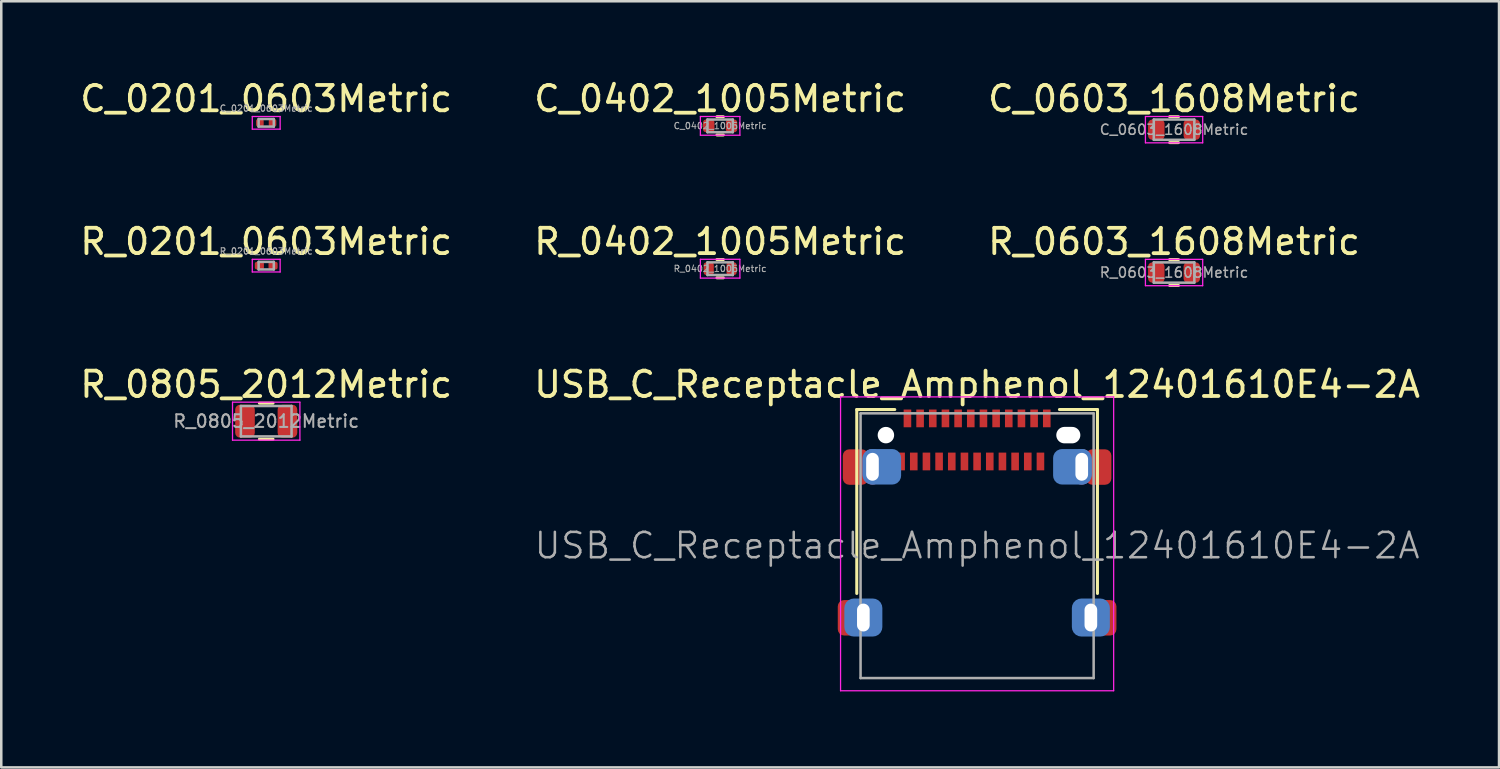
<source format=kicad_pcb>
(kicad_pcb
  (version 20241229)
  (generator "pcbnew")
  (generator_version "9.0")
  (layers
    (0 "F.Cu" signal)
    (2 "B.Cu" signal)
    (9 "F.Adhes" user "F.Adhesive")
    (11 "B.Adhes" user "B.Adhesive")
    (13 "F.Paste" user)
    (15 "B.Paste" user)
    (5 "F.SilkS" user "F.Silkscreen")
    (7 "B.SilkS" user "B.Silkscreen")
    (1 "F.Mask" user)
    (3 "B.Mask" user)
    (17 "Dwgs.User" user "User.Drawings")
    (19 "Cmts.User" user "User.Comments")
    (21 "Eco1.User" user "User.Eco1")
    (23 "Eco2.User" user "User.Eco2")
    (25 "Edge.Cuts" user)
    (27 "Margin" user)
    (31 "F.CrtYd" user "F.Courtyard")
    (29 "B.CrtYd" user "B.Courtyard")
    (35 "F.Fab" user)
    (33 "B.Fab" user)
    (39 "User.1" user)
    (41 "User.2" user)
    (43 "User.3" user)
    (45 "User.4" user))
  (footprint "C_0603_1608Metric"
    (layer "F.Cu")
    (at 43.292 2.068)
    (property "Reference" "C_0603_1608Metric" (at 0 -1.22 0) (layer "F.SilkS") (effects (font (size 1 1) (thickness 0.15))))
    (attr smd)
    (fp_line (start -0.173 -0.51) (end 0.173 -0.51) (stroke (width 0.12) (type solid)) (layer "F.SilkS"))
    (fp_line (start -0.173 0.51) (end 0.173 0.51) (stroke (width 0.12) (type solid)) (layer "F.SilkS"))
    (fp_line (start -1.13 -0.52) (end 1.13 -0.52) (stroke (width 0.05) (type solid)) (layer "F.CrtYd"))
    (fp_line (start -1.13 0.52) (end -1.13 -0.52) (stroke (width 0.05) (type solid)) (layer "F.CrtYd"))
    (fp_line (start 1.13 -0.52) (end 1.13 0.52) (stroke (width 0.05) (type solid)) (layer "F.CrtYd"))
    (fp_line (start 1.13 0.52) (end -1.13 0.52) (stroke (width 0.05) (type solid)) (layer "F.CrtYd"))
    (fp_line (start -0.8 -0.4) (end 0.8 -0.4) (stroke (width 0.1) (type solid)) (layer "F.Fab"))
    (fp_line (start -0.8 0.4) (end -0.8 -0.4) (stroke (width 0.1) (type solid)) (layer "F.Fab"))
    (fp_line (start 0.8 -0.4) (end 0.8 0.4) (stroke (width 0.1) (type solid)) (layer "F.Fab"))
    (fp_line (start 0.8 0.4) (end -0.8 0.4) (stroke (width 0.1) (type solid)) (layer "F.Fab"))
    (fp_text user "${REFERENCE}" (at 0 0 0) (layer "F.Fab") (effects (font (size 0.4 0.4) (thickness 0.06))))
    (pad "1" smd roundrect (at -0.7 0) (size 0.65 0.8) (layers "F.Cu" "F.Mask" "F.Paste") (roundrect_rratio 0.25))
    (pad "2" smd roundrect (at 0.7 0) (size 0.65 0.8) (layers "F.Cu" "F.Mask" "F.Paste") (roundrect_rratio 0.25)))
  (footprint "R_0805_2012Metric"
    (layer "F.Cu")
    (at 7.458 13.575)
    (property "Reference" "R_0805_2012Metric" (at 0 -1.45 0) (layer "F.SilkS") (effects (font (size 1 1) (thickness 0.15))))
    (attr smd)
    (fp_line (start -0.268 -0.71) (end 0.268 -0.71) (stroke (width 0.12) (type solid)) (layer "F.SilkS"))
    (fp_line (start -0.268 0.71) (end 0.268 0.71) (stroke (width 0.12) (type solid)) (layer "F.SilkS"))
    (fp_line (start -1.33 -0.75) (end 1.33 -0.75) (stroke (width 0.05) (type solid)) (layer "F.CrtYd"))
    (fp_line (start -1.33 0.75) (end -1.33 -0.75) (stroke (width 0.05) (type solid)) (layer "F.CrtYd"))
    (fp_line (start 1.33 -0.75) (end 1.33 0.75) (stroke (width 0.05) (type solid)) (layer "F.CrtYd"))
    (fp_line (start 1.33 0.75) (end -1.33 0.75) (stroke (width 0.05) (type solid)) (layer "F.CrtYd"))
    (fp_line (start -1 -0.6) (end 1 -0.6) (stroke (width 0.1) (type solid)) (layer "F.Fab"))
    (fp_line (start -1 0.6) (end -1 -0.6) (stroke (width 0.1) (type solid)) (layer "F.Fab"))
    (fp_line (start 1 -0.6) (end 1 0.6) (stroke (width 0.1) (type solid)) (layer "F.Fab"))
    (fp_line (start 1 0.6) (end -1 0.6) (stroke (width 0.1) (type solid)) (layer "F.Fab"))
    (fp_text user "${REFERENCE}" (at 0 0 0) (layer "F.Fab") (effects (font (size 0.5 0.5) (thickness 0.08))))
    (pad "1" smd roundrect (at -0.838 0) (size 0.775 1.3) (layers "F.Cu" "F.Mask" "F.Paste") (roundrect_rratio 0.25))
    (pad "2" smd roundrect (at 0.838 0) (size 0.775 1.3) (layers "F.Cu" "F.Mask" "F.Paste") (roundrect_rratio 0.25)))
  (footprint "R_0603_1608Metric"
    (layer "F.Cu")
    (at 43.292 7.707)
    (property "Reference" "R_0603_1608Metric" (at 0 -1.22 0) (layer "F.SilkS") (effects (font (size 1 1) (thickness 0.15))))
    (attr smd)
    (fp_line (start -0.173 -0.51) (end 0.173 -0.51) (stroke (width 0.12) (type solid)) (layer "F.SilkS"))
    (fp_line (start -0.173 0.51) (end 0.173 0.51) (stroke (width 0.12) (type solid)) (layer "F.SilkS"))
    (fp_line (start -1.13 -0.52) (end 1.13 -0.52) (stroke (width 0.05) (type solid)) (layer "F.CrtYd"))
    (fp_line (start -1.13 0.52) (end -1.13 -0.52) (stroke (width 0.05) (type solid)) (layer "F.CrtYd"))
    (fp_line (start 1.13 -0.52) (end 1.13 0.52) (stroke (width 0.05) (type solid)) (layer "F.CrtYd"))
    (fp_line (start 1.13 0.52) (end -1.13 0.52) (stroke (width 0.05) (type solid)) (layer "F.CrtYd"))
    (fp_line (start -0.8 -0.4) (end 0.8 -0.4) (stroke (width 0.1) (type solid)) (layer "F.Fab"))
    (fp_line (start -0.8 0.4) (end -0.8 -0.4) (stroke (width 0.1) (type solid)) (layer "F.Fab"))
    (fp_line (start 0.8 -0.4) (end 0.8 0.4) (stroke (width 0.1) (type solid)) (layer "F.Fab"))
    (fp_line (start 0.8 0.4) (end -0.8 0.4) (stroke (width 0.1) (type solid)) (layer "F.Fab"))
    (fp_text user "${REFERENCE}" (at 0 0 0) (layer "F.Fab") (effects (font (size 0.4 0.4) (thickness 0.06))))
    (pad "1" smd roundrect (at -0.7 0) (size 0.65 0.8) (layers "F.Cu" "F.Mask" "F.Paste") (roundrect_rratio 0.25))
    (pad "2" smd roundrect (at 0.7 0) (size 0.65 0.8) (layers "F.Cu" "F.Mask" "F.Paste") (roundrect_rratio 0.25)))
  (footprint "C_0201_0603Metric"
    (layer "F.Cu")
    (at 7.458 1.798)
    (property "Reference" "C_0201_0603Metric" (at 0 -0.95 0) (layer "F.SilkS") (effects (font (size 1 1) (thickness 0.15))))
    (attr smd)
    (fp_line (start -0.55 -0.25) (end 0.55 -0.25) (stroke (width 0.05) (type solid)) (layer "F.CrtYd"))
    (fp_line (start -0.55 0.25) (end -0.55 -0.25) (stroke (width 0.05) (type solid)) (layer "F.CrtYd"))
    (fp_line (start 0.55 -0.25) (end 0.55 0.25) (stroke (width 0.05) (type solid)) (layer "F.CrtYd"))
    (fp_line (start 0.55 0.25) (end -0.55 0.25) (stroke (width 0.05) (type solid)) (layer "F.CrtYd"))
    (fp_line (start -0.3 -0.15) (end 0.3 -0.15) (stroke (width 0.1) (type solid)) (layer "F.Fab"))
    (fp_line (start -0.3 0.15) (end -0.3 -0.15) (stroke (width 0.1) (type solid)) (layer "F.Fab"))
    (fp_line (start 0.3 -0.15) (end 0.3 0.15) (stroke (width 0.1) (type solid)) (layer "F.Fab"))
    (fp_line (start 0.3 0.15) (end -0.3 0.15) (stroke (width 0.1) (type solid)) (layer "F.Fab"))
    (fp_text user "${REFERENCE}" (at 0 -0.57 0) (layer "F.Fab") (effects (font (size 0.25 0.25) (thickness 0.04))))
    (pad "1" smd roundrect (at -0.25 0) (size 0.3 0.3) (layers "F.Cu" "F.Mask" "F.Paste") (roundrect_rratio 0.25))
    (pad "2" smd roundrect (at 0.25 0) (size 0.3 0.3) (layers "F.Cu" "F.Mask" "F.Paste") (roundrect_rratio 0.25)))
  (footprint "USB_C_Receptacle_Amphenol_12401610E4-2A"
    (layer "F.Cu")
    (at 35.518 18.485)
    (property "Reference" "USB_C_Receptacle_Amphenol_12401610E4-2A" (at 0 -6.36 0) (layer "F.SilkS") (effects (font (size 1 1) (thickness 0.15))))
    (attr smd)
    (fp_line (start -4.75 -5.37) (end -4.75 1.89) (stroke (width 0.12) (type solid)) (layer "F.SilkS"))
    (fp_line (start -4.75 -5.37) (end -3.25 -5.37) (stroke (width 0.12) (type solid)) (layer "F.SilkS"))
    (fp_line (start 3.25 -5.37) (end 4.75 -5.37) (stroke (width 0.12) (type solid)) (layer "F.SilkS"))
    (fp_line (start 4.75 -5.37) (end 4.75 1.89) (stroke (width 0.12) (type solid)) (layer "F.SilkS"))
    (fp_line (start -5.39 -5.87) (end 5.39 -5.87) (stroke (width 0.05) (type solid)) (layer "F.CrtYd"))
    (fp_line (start -5.39 5.73) (end -5.39 -5.87) (stroke (width 0.05) (type solid)) (layer "F.CrtYd"))
    (fp_line (start 5.39 -5.87) (end 5.39 5.73) (stroke (width 0.05) (type solid)) (layer "F.CrtYd"))
    (fp_line (start 5.39 5.73) (end -5.39 5.73) (stroke (width 0.05) (type solid)) (layer "F.CrtYd"))
    (fp_line (start -4.6 -5.22) (end 4.6 -5.22) (stroke (width 0.1) (type solid)) (layer "F.Fab"))
    (fp_line (start -4.6 5.23) (end -4.6 -5.22) (stroke (width 0.1) (type solid)) (layer "F.Fab"))
    (fp_line (start -4.6 5.23) (end 4.6 5.23) (stroke (width 0.1) (type solid)) (layer "F.Fab"))
    (fp_line (start 4.6 5.23) (end 4.6 -5.22) (stroke (width 0.1) (type solid)) (layer "F.Fab"))
    (fp_text user "${REFERENCE}" (at 0 0 0) (layer "F.Fab") (effects (font (size 1 1) (thickness 0.1))))
    (pad "" np_thru_hole circle (at -3.6 -4.36) (size 0.65 0.65) (drill 0.65) (layers "*.Cu" "*.Mask"))
    (pad "" np_thru_hole oval (at 3.6 -4.36) (size 0.95 0.65) (drill oval 0.95 0.65) (layers "*.Cu" "*.Mask"))
    (pad "A1" smd rect (at -2.75 -5.02) (size 0.3 0.7) (layers "F.Cu" "F.Mask" "F.Paste"))
    (pad "A2" smd rect (at -2.25 -5.02) (size 0.3 0.7) (layers "F.Cu" "F.Mask" "F.Paste"))
    (pad "A3" smd rect (at -1.75 -5.02) (size 0.3 0.7) (layers "F.Cu" "F.Mask" "F.Paste"))
    (pad "A4" smd rect (at -1.25 -5.02) (size 0.3 0.7) (layers "F.Cu" "F.Mask" "F.Paste"))
    (pad "A5" smd rect (at -0.75 -5.02) (size 0.3 0.7) (layers "F.Cu" "F.Mask" "F.Paste"))
    (pad "A6" smd rect (at -0.25 -5.02) (size 0.3 0.7) (layers "F.Cu" "F.Mask" "F.Paste"))
    (pad "A7" smd rect (at 0.25 -5.02) (size 0.3 0.7) (layers "F.Cu" "F.Mask" "F.Paste"))
    (pad "A8" smd rect (at 0.75 -5.02) (size 0.3 0.7) (layers "F.Cu" "F.Mask" "F.Paste"))
    (pad "A9" smd rect (at 1.25 -5.02) (size 0.3 0.7) (layers "F.Cu" "F.Mask" "F.Paste"))
    (pad "A10" smd rect (at 1.75 -5.02) (size 0.3 0.7) (layers "F.Cu" "F.Mask" "F.Paste"))
    (pad "A11" smd rect (at 2.25 -5.02) (size 0.3 0.7) (layers "F.Cu" "F.Mask" "F.Paste"))
    (pad "A12" smd rect (at 2.75 -5.02) (size 0.3 0.7) (layers "F.Cu" "F.Mask" "F.Paste"))
    (pad "B1" smd rect (at 2.5 -3.32) (size 0.3 0.7) (layers "F.Cu" "F.Mask" "F.Paste"))
    (pad "B2" smd rect (at 2 -3.32) (size 0.3 0.7) (layers "F.Cu" "F.Mask" "F.Paste"))
    (pad "B3" smd rect (at 1.5 -3.32) (size 0.3 0.7) (layers "F.Cu" "F.Mask" "F.Paste"))
    (pad "B4" smd rect (at 1 -3.32) (size 0.3 0.7) (layers "F.Cu" "F.Mask" "F.Paste"))
    (pad "B5" smd rect (at 0.5 -3.32) (size 0.3 0.7) (layers "F.Cu" "F.Mask" "F.Paste"))
    (pad "B6" smd rect (at 0 -3.32) (size 0.3 0.7) (layers "F.Cu" "F.Mask" "F.Paste"))
    (pad "B7" smd rect (at -0.5 -3.32) (size 0.3 0.7) (layers "F.Cu" "F.Mask" "F.Paste"))
    (pad "B8" smd rect (at -1 -3.32) (size 0.3 0.7) (layers "F.Cu" "F.Mask" "F.Paste"))
    (pad "B9" smd rect (at -1.5 -3.32) (size 0.3 0.7) (layers "F.Cu" "F.Mask" "F.Paste"))
    (pad "B10" smd rect (at -2 -3.32) (size 0.3 0.7) (layers "F.Cu" "F.Mask" "F.Paste"))
    (pad "B11" smd rect (at -2.5 -3.32) (size 0.3 0.7) (layers "F.Cu" "F.Mask" "F.Paste"))
    (pad "B12" smd rect (at -3 -3.32) (size 0.3 0.7) (layers "F.Cu" "F.Mask" "F.Paste"))
    (pad "S1" smd roundrect (at -5 2.85) (size 1 1.4) (layers "F.Cu" "F.Mask" "F.Paste") (roundrect_rratio 0.25))
    (pad "S1" smd roundrect (at -4.8 -3.1) (size 1 1.4) (layers "F.Cu" "F.Mask" "F.Paste") (roundrect_rratio 0.25))
    (pad "S1" thru_hole oval (at -4.49 2.84) (size 0.8 1.4) (drill oval 0.5 1.1) (layers "*.Cu" "*.Mask" "F.Paste"))
    (pad "S1" smd roundrect (at -4.49 2.84) (size 1.5 1.5) (layers "B.Cu" "B.Mask") (roundrect_rratio 0.25))
    (pad "S1" thru_hole oval (at -4.13 -3.11) (size 0.8 1.4) (drill oval 0.5 1.1) (layers "*.Cu" "*.Mask" "F.Paste"))
    (pad "S1" smd roundrect (at -3.75 -3.11) (size 1.5 1.4) (layers "B.Cu" "B.Mask") (roundrect_rratio 0.25))
    (pad "S1" smd roundrect (at 3.75 -3.11) (size 1.5 1.4) (layers "B.Cu" "B.Mask") (roundrect_rratio 0.25))
    (pad "S1" thru_hole oval (at 4.13 -3.11) (size 0.8 1.4) (drill oval 0.5 1.1) (layers "*.Cu" "*.Mask" "F.Paste"))
    (pad "S1" thru_hole oval (at 4.49 2.84) (size 0.8 1.4) (drill oval 0.5 1.1) (layers "*.Cu" "*.Mask" "F.Paste"))
    (pad "S1" smd roundrect (at 4.49 2.84) (size 1.5 1.5) (layers "B.Cu" "B.Mask") (roundrect_rratio 0.25))
    (pad "S1" smd roundrect (at 4.8 -3.1) (size 1 1.4) (layers "F.Cu" "F.Mask" "F.Paste") (roundrect_rratio 0.25))
    (pad "S1" smd roundrect (at 5 2.85) (size 1 1.4) (layers "F.Cu" "F.Mask" "F.Paste") (roundrect_rratio 0.25)))
  (footprint "R_0402_1005Metric"
    (layer "F.Cu")
    (at 25.375 7.556)
    (property "Reference" "R_0402_1005Metric" (at 0 -1.07 0) (layer "F.SilkS") (effects (font (size 1 1) (thickness 0.15))))
    (attr smd)
    (fp_line (start -0.126 -0.36) (end 0.126 -0.36) (stroke (width 0.12) (type solid)) (layer "F.SilkS"))
    (fp_line (start -0.126 0.36) (end 0.126 0.36) (stroke (width 0.12) (type solid)) (layer "F.SilkS"))
    (fp_line (start -0.78 -0.37) (end 0.78 -0.37) (stroke (width 0.05) (type solid)) (layer "F.CrtYd"))
    (fp_line (start -0.78 0.37) (end -0.78 -0.37) (stroke (width 0.05) (type solid)) (layer "F.CrtYd"))
    (fp_line (start 0.78 -0.37) (end 0.78 0.37) (stroke (width 0.05) (type solid)) (layer "F.CrtYd"))
    (fp_line (start 0.78 0.37) (end -0.78 0.37) (stroke (width 0.05) (type solid)) (layer "F.CrtYd"))
    (fp_line (start -0.5 -0.25) (end 0.5 -0.25) (stroke (width 0.1) (type solid)) (layer "F.Fab"))
    (fp_line (start -0.5 0.25) (end -0.5 -0.25) (stroke (width 0.1) (type solid)) (layer "F.Fab"))
    (fp_line (start 0.5 -0.25) (end 0.5 0.25) (stroke (width 0.1) (type solid)) (layer "F.Fab"))
    (fp_line (start 0.5 0.25) (end -0.5 0.25) (stroke (width 0.1) (type solid)) (layer "F.Fab"))
    (fp_text user "${REFERENCE}" (at 0 0 0) (layer "F.Fab") (effects (font (size 0.25 0.25) (thickness 0.04))))
    (pad "1" smd roundrect (at -0.45 0) (size 0.4 0.5) (layers "F.Cu" "F.Mask" "F.Paste") (roundrect_rratio 0.25))
    (pad "2" smd roundrect (at 0.45 0) (size 0.4 0.5) (layers "F.Cu" "F.Mask" "F.Paste") (roundrect_rratio 0.25)))
  (footprint "R_0201_0603Metric"
    (layer "F.Cu")
    (at 7.458 7.436)
    (property "Reference" "R_0201_0603Metric" (at 0 -0.95 0) (layer "F.SilkS") (effects (font (size 1 1) (thickness 0.15))))
    (attr smd)
    (fp_line (start -0.55 -0.25) (end 0.55 -0.25) (stroke (width 0.05) (type solid)) (layer "F.CrtYd"))
    (fp_line (start -0.55 0.25) (end -0.55 -0.25) (stroke (width 0.05) (type solid)) (layer "F.CrtYd"))
    (fp_line (start 0.55 -0.25) (end 0.55 0.25) (stroke (width 0.05) (type solid)) (layer "F.CrtYd"))
    (fp_line (start 0.55 0.25) (end -0.55 0.25) (stroke (width 0.05) (type solid)) (layer "F.CrtYd"))
    (fp_line (start -0.3 -0.15) (end 0.3 -0.15) (stroke (width 0.1) (type solid)) (layer "F.Fab"))
    (fp_line (start -0.3 0.15) (end -0.3 -0.15) (stroke (width 0.1) (type solid)) (layer "F.Fab"))
    (fp_line (start 0.3 -0.15) (end 0.3 0.15) (stroke (width 0.1) (type solid)) (layer "F.Fab"))
    (fp_line (start 0.3 0.15) (end -0.3 0.15) (stroke (width 0.1) (type solid)) (layer "F.Fab"))
    (fp_text user "${REFERENCE}" (at 0 -0.57 0) (layer "F.Fab") (effects (font (size 0.25 0.25) (thickness 0.04))))
    (pad "" smd roundrect (at -0.295 0) (size 0.238 0.27) (layers "F.Paste") (roundrect_rratio 0.25))
    (pad "" smd roundrect (at 0.295 0) (size 0.238 0.27) (layers "F.Paste") (roundrect_rratio 0.25))
    (pad "1" smd roundrect (at -0.27 0) (size 0.36 0.3) (layers "F.Cu" "F.Mask") (roundrect_rratio 0.25))
    (pad "2" smd roundrect (at 0.27 0) (size 0.36 0.3) (layers "F.Cu" "F.Mask") (roundrect_rratio 0.25)))
  (footprint "C_0402_1005Metric"
    (layer "F.Cu")
    (at 25.375 1.918)
    (property "Reference" "C_0402_1005Metric" (at 0 -1.07 0) (layer "F.SilkS") (effects (font (size 1 1) (thickness 0.15))))
    (attr smd)
    (fp_line (start -0.126 -0.36) (end 0.126 -0.36) (stroke (width 0.12) (type solid)) (layer "F.SilkS"))
    (fp_line (start -0.126 0.36) (end 0.126 0.36) (stroke (width 0.12) (type solid)) (layer "F.SilkS"))
    (fp_line (start -0.78 -0.37) (end 0.78 -0.37) (stroke (width 0.05) (type solid)) (layer "F.CrtYd"))
    (fp_line (start -0.78 0.37) (end -0.78 -0.37) (stroke (width 0.05) (type solid)) (layer "F.CrtYd"))
    (fp_line (start 0.78 -0.37) (end 0.78 0.37) (stroke (width 0.05) (type solid)) (layer "F.CrtYd"))
    (fp_line (start 0.78 0.37) (end -0.78 0.37) (stroke (width 0.05) (type solid)) (layer "F.CrtYd"))
    (fp_line (start -0.5 -0.25) (end 0.5 -0.25) (stroke (width 0.1) (type solid)) (layer "F.Fab"))
    (fp_line (start -0.5 0.25) (end -0.5 -0.25) (stroke (width 0.1) (type solid)) (layer "F.Fab"))
    (fp_line (start 0.5 -0.25) (end 0.5 0.25) (stroke (width 0.1) (type solid)) (layer "F.Fab"))
    (fp_line (start 0.5 0.25) (end -0.5 0.25) (stroke (width 0.1) (type solid)) (layer "F.Fab"))
    (fp_text user "${REFERENCE}" (at 0 0 0) (layer "F.Fab") (effects (font (size 0.25 0.25) (thickness 0.04))))
    (pad "1" smd roundrect (at -0.45 0) (size 0.45 0.5) (layers "F.Cu" "F.Mask" "F.Paste") (roundrect_rratio 0.25))
    (pad "2" smd roundrect (at 0.45 0) (size 0.45 0.5) (layers "F.Cu" "F.Mask" "F.Paste") (roundrect_rratio 0.25)))
  (gr_rect
    (start -3 -3)
    (end 56.119 27.24)
    (stroke (width 0.1) (type default))
    (fill no)
    (layer "Edge.Cuts")))
</source>
